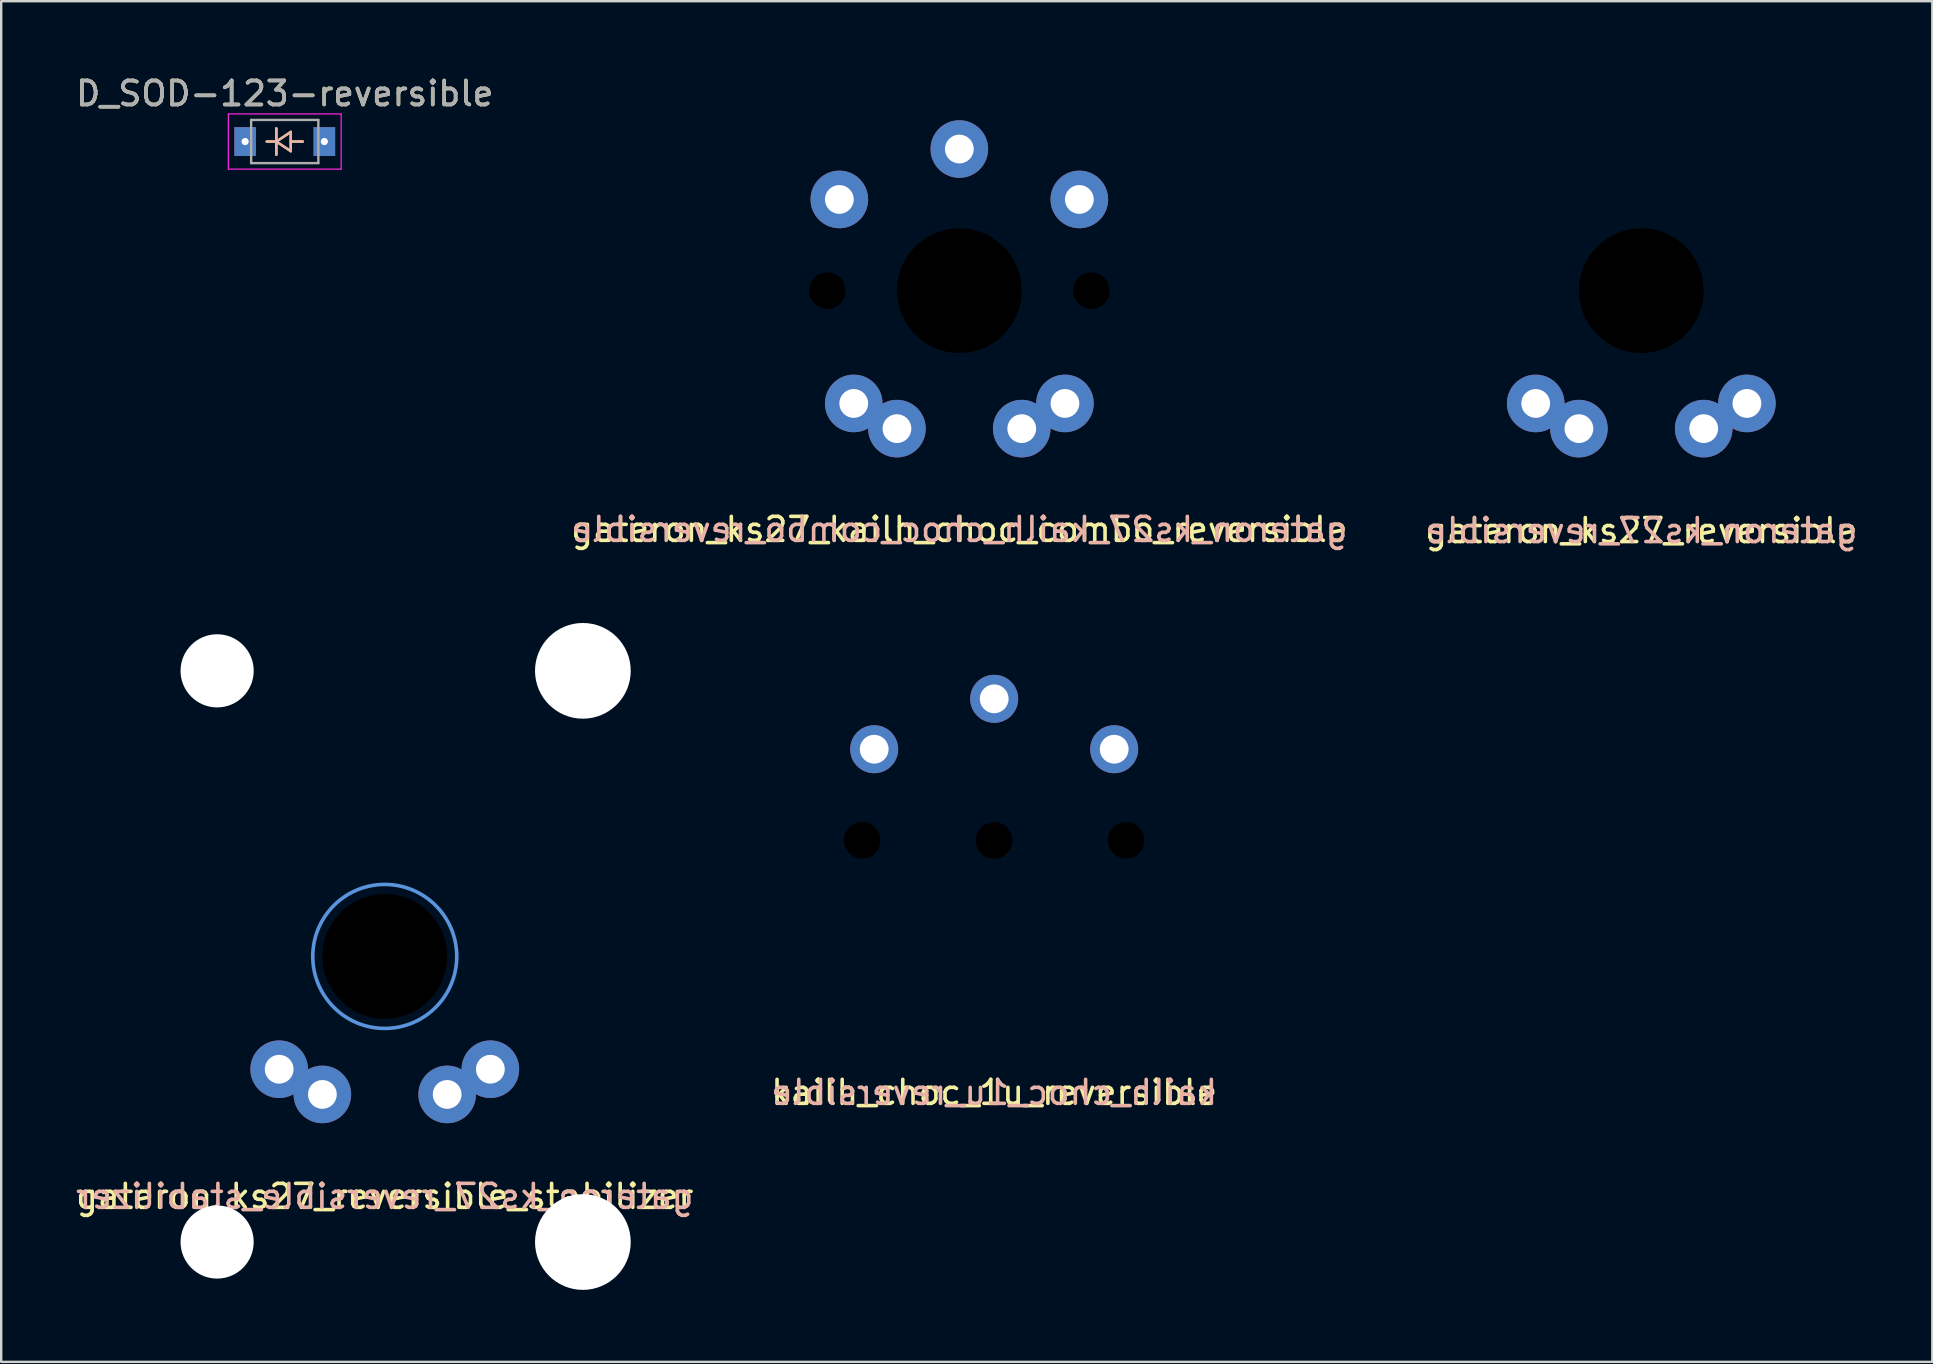
<source format=kicad_pcb>
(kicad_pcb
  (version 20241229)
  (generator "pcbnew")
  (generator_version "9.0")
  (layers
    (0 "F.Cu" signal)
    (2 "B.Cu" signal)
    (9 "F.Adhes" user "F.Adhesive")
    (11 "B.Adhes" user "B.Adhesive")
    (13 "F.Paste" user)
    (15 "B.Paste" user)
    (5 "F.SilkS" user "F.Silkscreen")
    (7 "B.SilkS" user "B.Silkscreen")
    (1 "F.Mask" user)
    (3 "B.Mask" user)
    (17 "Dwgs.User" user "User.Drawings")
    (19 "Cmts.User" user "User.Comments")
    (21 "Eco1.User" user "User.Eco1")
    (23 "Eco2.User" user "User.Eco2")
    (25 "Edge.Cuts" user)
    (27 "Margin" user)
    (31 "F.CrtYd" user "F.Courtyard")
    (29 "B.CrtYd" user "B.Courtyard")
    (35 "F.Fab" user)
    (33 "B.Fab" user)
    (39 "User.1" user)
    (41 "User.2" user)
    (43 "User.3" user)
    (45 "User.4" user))
  (footprint "D_SOD-123-reversible"
    (layer "F.Cu")
    (at 8.815 2.848)
    (property "Reference" "D_SOD-123-reversible" (at 0 -2 0) (layer "F.SilkS") (effects (font (size 1 1) (thickness 0.15))))
    (attr smd)
    (fp_line (start -0.75 0) (end -0.35 0) (stroke (width 0.1) (type solid)) (layer "F.SilkS"))
    (fp_line (start -0.35 0) (end -0.35 -0.55) (stroke (width 0.1) (type solid)) (layer "F.SilkS"))
    (fp_line (start -0.35 0) (end -0.35 0.55) (stroke (width 0.1) (type solid)) (layer "F.SilkS"))
    (fp_line (start -0.35 0) (end 0.25 -0.4) (stroke (width 0.1) (type solid)) (layer "F.SilkS"))
    (fp_line (start 0.25 -0.4) (end 0.25 0.4) (stroke (width 0.1) (type solid)) (layer "F.SilkS"))
    (fp_line (start 0.25 0) (end 0.75 0) (stroke (width 0.1) (type solid)) (layer "F.SilkS"))
    (fp_line (start 0.25 0.4) (end -0.35 0) (stroke (width 0.1) (type solid)) (layer "F.SilkS"))
    (fp_line (start -0.75 0) (end -0.35 0) (stroke (width 0.1) (type solid)) (layer "B.SilkS"))
    (fp_line (start -0.35 0) (end -0.35 -0.55) (stroke (width 0.1) (type solid)) (layer "B.SilkS"))
    (fp_line (start -0.35 0) (end -0.35 0.55) (stroke (width 0.1) (type solid)) (layer "B.SilkS"))
    (fp_line (start -0.35 0) (end 0.25 0.4) (stroke (width 0.1) (type solid)) (layer "B.SilkS"))
    (fp_line (start 0.25 -0.4) (end -0.35 0) (stroke (width 0.1) (type solid)) (layer "B.SilkS"))
    (fp_line (start 0.25 0) (end 0.75 0) (stroke (width 0.1) (type solid)) (layer "B.SilkS"))
    (fp_line (start 0.25 0.4) (end 0.25 -0.4) (stroke (width 0.1) (type solid)) (layer "B.SilkS"))
    (fp_line (start -2.35 -1.15) (end -2.35 1.15) (stroke (width 0.05) (type solid)) (layer "F.CrtYd"))
    (fp_line (start -2.35 -1.15) (end 2.35 -1.15) (stroke (width 0.05) (type solid)) (layer "F.CrtYd"))
    (fp_line (start 2.35 -1.15) (end 2.35 1.15) (stroke (width 0.05) (type solid)) (layer "F.CrtYd"))
    (fp_line (start 2.35 1.15) (end -2.35 1.15) (stroke (width 0.05) (type solid)) (layer "F.CrtYd"))
    (fp_line (start -1.4 -0.9) (end 1.4 -0.9) (stroke (width 0.1) (type solid)) (layer "F.Fab"))
    (fp_line (start -1.4 0.9) (end -1.4 -0.9) (stroke (width 0.1) (type solid)) (layer "F.Fab"))
    (fp_line (start 1.4 -0.9) (end 1.4 0.9) (stroke (width 0.1) (type solid)) (layer "F.Fab"))
    (fp_line (start 1.4 0.9) (end -1.4 0.9) (stroke (width 0.1) (type solid)) (layer "F.Fab"))
    (fp_text user "${REFERENCE}" (at 0 -2 0) (layer "F.Fab") (effects (font (size 1 1) (thickness 0.15))))
    (pad "1" thru_hole rect (at -1.65 0) (size 0.9 1.2) (drill 0.3) (layers "*.Cu" "*.Mask"))
    (pad "2" thru_hole rect (at 1.65 0) (size 0.9 1.2) (drill 0.3) (layers "*.Cu" "*.Mask")))
  (footprint "kailh_choc_1u_reversible"
    (layer "F.Cu")
    (at 38.375 31.968)
    (property "Reference" "kailh_choc_1u_reversible" (at 0 10.5 0) (unlocked yes) (layer "F.SilkS") (effects (font (size 1 1) (thickness 0.15))))
    (attr through_hole)
    (fp_line (start -9 -9) (end 9 -9) (stroke (width 0.12) (type solid)) (layer "User.1"))
    (fp_line (start -9 9) (end -9 -9) (stroke (width 0.12) (type solid)) (layer "User.1"))
    (fp_line (start -7.5 -7.5) (end -7.5 7.5) (stroke (width 0.12) (type solid)) (layer "User.1"))
    (fp_line (start -7.5 7.5) (end 7.5 7.5) (stroke (width 0.12) (type solid)) (layer "User.1"))
    (fp_line (start 7.5 -7.5) (end -7.5 -7.5) (stroke (width 0.12) (type solid)) (layer "User.1"))
    (fp_line (start 7.5 7.5) (end 7.5 -7.5) (stroke (width 0.12) (type solid)) (layer "User.1"))
    (fp_line (start 9 -9) (end 9 9) (stroke (width 0.12) (type solid)) (layer "User.1"))
    (fp_line (start 9 9) (end -9 9) (stroke (width 0.12) (type solid)) (layer "User.1"))
    (fp_text user "${REFERENCE}" (at 0 10.5 0) (unlocked yes) (layer "B.SilkS") (effects (font (size 1 1) (thickness 0.15)) (justify mirror)))
    (pad "" np_thru_hole circle (at -5.5 0) (size 1.524 1.524) (drill 1.9) (layers "*.Mask"))
    (pad "" np_thru_hole circle (at 0 0) (size 1.524 1.524) (drill 3.4) (layers "*.Mask"))
    (pad "" np_thru_hole circle (at 5.5 0) (size 1.524 1.524) (drill 1.9) (layers "*.Mask"))
    (pad "1" thru_hole circle (at 0 -5.9) (size 2 2) (drill 1.2) (layers "*.Cu" "*.Mask"))
    (pad "2" thru_hole circle (at -5 -3.8) (size 2 2) (drill 1.2) (layers "*.Cu" "*.Mask"))
    (pad "2" thru_hole circle (at 5 -3.8) (size 2 2) (drill 1.2) (layers "*.Cu" "*.Mask")))
  (footprint "gateron_ks27_reversible_stabilizer"
    (layer "F.Cu")
    (at 12.982 36.802)
    (property "Reference" "gateron_ks27_reversible_stabilizer" (at 0 10 0) (unlocked yes) (layer "F.SilkS") (effects (font (size 1 1) (thickness 0.15))))
    (attr through_hole)
    (fp_circle (center 0 0) (end 0 -3) (stroke (width 0.15) (type solid)) (fill no) (layer "Cmts.User"))
    (fp_line (start -9 -9) (end 9 -9) (stroke (width 0.12) (type solid)) (layer "User.1"))
    (fp_line (start -9 9) (end -9 -9) (stroke (width 0.12) (type solid)) (layer "User.1"))
    (fp_line (start -7.5 -7.5) (end 7.5 -7.5) (stroke (width 0.12) (type solid)) (layer "User.1"))
    (fp_line (start -7.5 7.5) (end -7.5 -7.5) (stroke (width 0.12) (type solid)) (layer "User.1"))
    (fp_line (start 7.5 -7.5) (end 7.5 7.5) (stroke (width 0.12) (type solid)) (layer "User.1"))
    (fp_line (start 7.5 7.5) (end -7.5 7.5) (stroke (width 0.12) (type solid)) (layer "User.1"))
    (fp_line (start 9 -9) (end 9 9) (stroke (width 0.12) (type solid)) (layer "User.1"))
    (fp_line (start 9 9) (end -9 9) (stroke (width 0.12) (type solid)) (layer "User.1"))
    (fp_text user "${REFERENCE}" (at 0 10 0) (unlocked yes) (layer "B.SilkS") (effects (font (size 1 1) (thickness 0.15)) (justify mirror)))
    (pad "" np_thru_hole circle (at -6.985 -11.9 90) (size 3.048 3.048) (drill 3.048) (layers "*.Cu" "*.Mask"))
    (pad "" np_thru_hole circle (at -6.985 11.9 90) (size 3.048 3.048) (drill 3.048) (layers "*.Cu" "*.Mask"))
    (pad "" np_thru_hole circle (at 0 0) (size 5.2 5.2) (drill 5.2) (layers "*.Mask"))
    (pad "" np_thru_hole circle (at 8.255 -11.9 90) (size 3.988 3.988) (drill 3.988) (layers "*.Cu" "*.Mask"))
    (pad "" np_thru_hole circle (at 8.255 11.9 90) (size 3.988 3.988) (drill 3.988) (layers "*.Cu" "*.Mask"))
    (pad "1" thru_hole circle (at 2.6 5.75) (size 2.4 2.4) (drill 1.2) (layers "*.Cu" "*.Mask"))
    (pad "1" thru_hole circle (at 4.4 4.7) (size 2.4 2.4) (drill 1.2) (layers "*.Cu" "*.Mask"))
    (pad "2" thru_hole circle (at -4.4 4.7) (size 2.4 2.4) (drill 1.2) (layers "*.Cu" "*.Mask"))
    (pad "2" thru_hole circle (at -2.6 5.75) (size 2.4 2.4) (drill 1.2) (layers "*.Cu" "*.Mask")))
  (footprint "gateron_ks27_kailh_choc_combo_reversible"
    (layer "F.Cu")
    (at 36.923 9.11)
    (property "Reference" "gateron_ks27_kailh_choc_combo_reversible" (at 0 9.9 0) (unlocked yes) (layer "F.SilkS") (effects (font (size 1 1) (thickness 0.15))))
    (attr smd)
    (fp_line (start -9 -9.05) (end 9 -9.05) (stroke (width 0.12) (type solid)) (layer "User.1"))
    (fp_line (start -9 -9.05) (end 9 -9.05) (stroke (width 0.12) (type solid)) (layer "User.1"))
    (fp_line (start -9 8.95) (end -9 -9.05) (stroke (width 0.12) (type solid)) (layer "User.1"))
    (fp_line (start -9 8.95) (end -9 -9.05) (stroke (width 0.12) (type solid)) (layer "User.1"))
    (fp_line (start -7.5 -7.55) (end -7.5 7.45) (stroke (width 0.12) (type solid)) (layer "User.1"))
    (fp_line (start -7.5 -7.55) (end 7.5 -7.55) (stroke (width 0.12) (type solid)) (layer "User.1"))
    (fp_line (start -7.5 7.45) (end -7.5 -7.55) (stroke (width 0.12) (type solid)) (layer "User.1"))
    (fp_line (start -7.5 7.45) (end 7.5 7.45) (stroke (width 0.12) (type solid)) (layer "User.1"))
    (fp_line (start 7.5 -7.55) (end -7.5 -7.55) (stroke (width 0.12) (type solid)) (layer "User.1"))
    (fp_line (start 7.5 -7.55) (end 7.5 7.45) (stroke (width 0.12) (type solid)) (layer "User.1"))
    (fp_line (start 7.5 7.45) (end -7.5 7.45) (stroke (width 0.12) (type solid)) (layer "User.1"))
    (fp_line (start 7.5 7.45) (end 7.5 -7.55) (stroke (width 0.12) (type solid)) (layer "User.1"))
    (fp_line (start 9 -9.05) (end 9 8.95) (stroke (width 0.12) (type solid)) (layer "User.1"))
    (fp_line (start 9 -9.05) (end 9 8.95) (stroke (width 0.12) (type solid)) (layer "User.1"))
    (fp_line (start 9 8.95) (end -9 8.95) (stroke (width 0.12) (type solid)) (layer "User.1"))
    (fp_line (start 9 8.95) (end -9 8.95) (stroke (width 0.12) (type solid)) (layer "User.1"))
    (fp_text user "${REFERENCE}" (at 0 9.9 0) (unlocked yes) (layer "B.SilkS") (effects (font (size 1 1) (thickness 0.15)) (justify mirror)))
    (pad "" np_thru_hole circle (at -5.5 -0.05) (size 1.524 1.524) (drill 1.9) (layers "*.Mask"))
    (pad "" np_thru_hole circle (at 0 -0.05) (size 1.524 1.524) (drill 3.4) (layers "*.Mask"))
    (pad "" np_thru_hole circle (at 0 -0.05) (size 5.2 5.2) (drill 5.2) (layers "*.Mask"))
    (pad "" np_thru_hole circle (at 5.5 -0.05) (size 1.524 1.524) (drill 1.9) (layers "*.Mask"))
    (pad "1" thru_hole circle (at 0 -5.95) (size 2.4 2.4) (drill 1.2) (layers "*.Cu" "*.Mask"))
    (pad "1" thru_hole circle (at 2.6 5.7) (size 2.4 2.4) (drill 1.2) (layers "*.Cu" "*.Mask"))
    (pad "1" thru_hole circle (at 4.4 4.65) (size 2.4 2.4) (drill 1.2) (layers "*.Cu" "*.Mask"))
    (pad "2" thru_hole circle (at -5 -3.85) (size 2.4 2.4) (drill 1.2) (layers "*.Cu" "*.Mask"))
    (pad "2" thru_hole circle (at -4.4 4.65) (size 2.4 2.4) (drill 1.2) (layers "*.Cu" "*.Mask"))
    (pad "2" thru_hole circle (at -2.6 5.7) (size 2.4 2.4) (drill 1.2) (layers "*.Cu" "*.Mask"))
    (pad "2" thru_hole circle (at 5 -3.85) (size 2.4 2.4) (drill 1.2) (layers "*.Cu" "*.Mask")))
  (footprint "gateron_ks27_reversible"
    (layer "F.Cu")
    (at 65.339 9.06)
    (property "Reference" "gateron_ks27_reversible" (at 0 10 0) (unlocked yes) (layer "F.SilkS") (effects (font (size 1 1) (thickness 0.15))))
    (attr through_hole)
    (fp_line (start -9 -9) (end 9 -9) (stroke (width 0.12) (type solid)) (layer "User.1"))
    (fp_line (start -9 9) (end -9 -9) (stroke (width 0.12) (type solid)) (layer "User.1"))
    (fp_line (start -7.5 -7.5) (end 7.5 -7.5) (stroke (width 0.12) (type solid)) (layer "User.1"))
    (fp_line (start -7.5 7.5) (end -7.5 -7.5) (stroke (width 0.12) (type solid)) (layer "User.1"))
    (fp_line (start 7.5 -7.5) (end 7.5 7.5) (stroke (width 0.12) (type solid)) (layer "User.1"))
    (fp_line (start 7.5 7.5) (end -7.5 7.5) (stroke (width 0.12) (type solid)) (layer "User.1"))
    (fp_line (start 9 -9) (end 9 9) (stroke (width 0.12) (type solid)) (layer "User.1"))
    (fp_line (start 9 9) (end -9 9) (stroke (width 0.12) (type solid)) (layer "User.1"))
    (fp_text user "${REFERENCE}" (at 0 10 0) (unlocked yes) (layer "B.SilkS") (effects (font (size 1 1) (thickness 0.15)) (justify mirror)))
    (pad "" np_thru_hole circle (at 0 0) (size 5.2 5.2) (drill 5.2) (layers "*.Mask"))
    (pad "1" thru_hole circle (at 2.6 5.75) (size 2.4 2.4) (drill 1.2) (layers "*.Cu" "*.Mask"))
    (pad "1" thru_hole circle (at 4.4 4.7) (size 2.4 2.4) (drill 1.2) (layers "*.Cu" "*.Mask"))
    (pad "2" thru_hole circle (at -4.4 4.7) (size 2.4 2.4) (drill 1.2) (layers "*.Cu" "*.Mask"))
    (pad "2" thru_hole circle (at -2.6 5.75) (size 2.4 2.4) (drill 1.2) (layers "*.Cu" "*.Mask")))
  (gr_rect
    (start -3 -3)
    (end 77.464 53.696)
    (stroke (width 0.1) (type default))
    (fill no)
    (layer "Edge.Cuts")))
</source>
